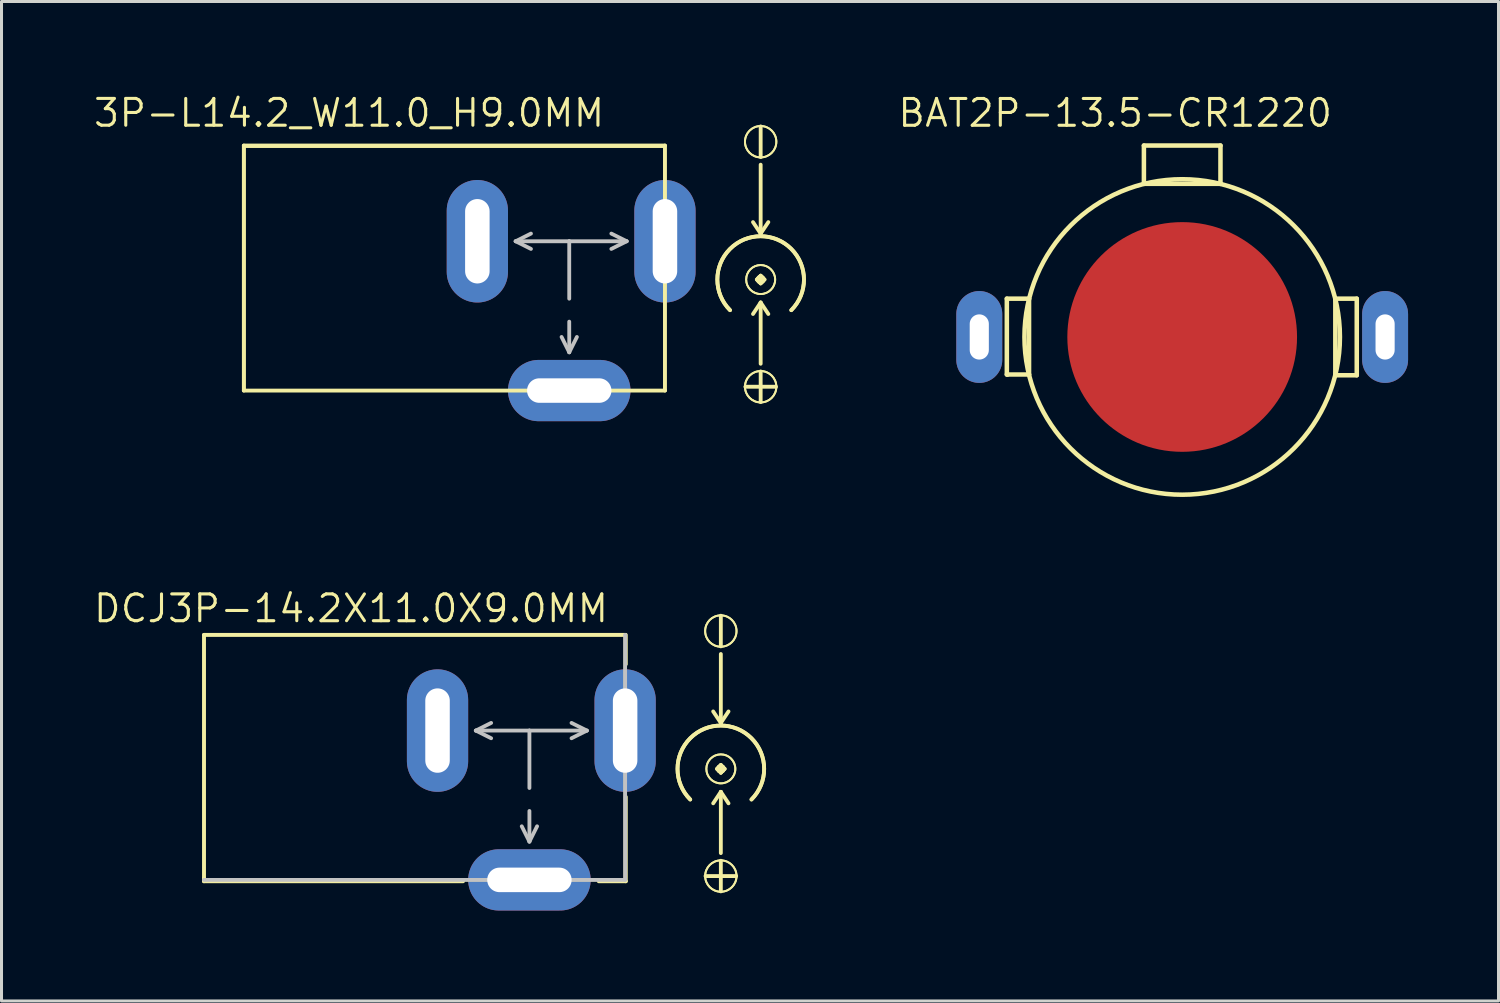
<source format=kicad_pcb>
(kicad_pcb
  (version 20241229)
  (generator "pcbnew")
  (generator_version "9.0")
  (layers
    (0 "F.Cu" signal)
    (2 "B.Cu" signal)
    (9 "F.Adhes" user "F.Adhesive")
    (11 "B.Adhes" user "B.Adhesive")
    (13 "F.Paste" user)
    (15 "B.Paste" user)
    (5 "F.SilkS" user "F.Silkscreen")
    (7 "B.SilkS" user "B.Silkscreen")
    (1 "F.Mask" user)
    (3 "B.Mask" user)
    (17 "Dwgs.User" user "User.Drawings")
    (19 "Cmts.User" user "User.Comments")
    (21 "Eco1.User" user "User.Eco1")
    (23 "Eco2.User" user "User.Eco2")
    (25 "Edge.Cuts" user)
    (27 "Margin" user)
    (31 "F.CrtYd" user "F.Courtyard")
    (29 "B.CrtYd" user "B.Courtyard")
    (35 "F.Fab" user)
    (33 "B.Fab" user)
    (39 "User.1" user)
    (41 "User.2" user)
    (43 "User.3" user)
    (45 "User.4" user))
  (footprint "3P-L14.2_W11.0_H9.0MM"
    (layer "F.Cu")
    (at 15.833 4.953)
    (property "Reference" "3P-L14.2_W11.0_H9.0MM" (at -7.303 -4.255 0) (layer "F.SilkS") (effects (font (size 0.889 0.889) (thickness 0.102))))
    (attr exclude_from_pos_files exclude_from_bom)
    (fp_line (start -10.795 -3.175) (end 3.175 -3.175) (stroke (width 0.1) (type solid)) (layer "F.SilkS"))
    (fp_line (start -10.795 -3.175) (end 3.175 -3.175) (stroke (width 0.127) (type solid)) (layer "F.SilkS"))
    (fp_line (start -10.795 4.953) (end -10.795 -3.175) (stroke (width 0.1) (type solid)) (layer "F.SilkS"))
    (fp_line (start -10.795 4.953) (end -10.795 -3.175) (stroke (width 0.127) (type solid)) (layer "F.SilkS"))
    (fp_line (start -10.77 -3.129) (end 3.17 -3.129) (stroke (width 0.066) (type solid)) (layer "F.SilkS"))
    (fp_line (start -10.77 4.938) (end -10.77 -3.129) (stroke (width 0.066) (type solid)) (layer "F.SilkS"))
    (fp_line (start -10.77 4.938) (end 3.17 4.938) (stroke (width 0.066) (type solid)) (layer "F.SilkS"))
    (fp_line (start 3.17 4.938) (end 3.17 -3.129) (stroke (width 0.066) (type solid)) (layer "F.SilkS"))
    (fp_line (start 3.175 -3.175) (end 3.175 4.953) (stroke (width 0.1) (type solid)) (layer "F.SilkS"))
    (fp_line (start 3.175 -3.175) (end 3.175 4.953) (stroke (width 0.127) (type solid)) (layer "F.SilkS"))
    (fp_line (start 3.175 4.953) (end -10.795 4.953) (stroke (width 0.1) (type solid)) (layer "F.SilkS"))
    (fp_line (start 3.175 4.953) (end -10.795 4.953) (stroke (width 0.127) (type solid)) (layer "F.SilkS"))
    (fp_line (start 5.842 4.826) (end 6.858 4.826) (stroke (width 0.127) (type solid)) (layer "F.SilkS"))
    (fp_line (start 6.223 1.27) (end 6.35 1.397) (stroke (width 0.127) (type solid)) (layer "F.SilkS"))
    (fp_line (start 6.35 -2.794) (end 6.35 -3.81) (stroke (width 0.127) (type solid)) (layer "F.SilkS"))
    (fp_line (start 6.35 -0.254) (end 6.096 -0.635) (stroke (width 0.127) (type solid)) (layer "F.SilkS"))
    (fp_line (start 6.35 -0.254) (end 6.35 -2.54) (stroke (width 0.127) (type solid)) (layer "F.SilkS"))
    (fp_line (start 6.35 -0.254) (end 6.604 -0.635) (stroke (width 0.127) (type solid)) (layer "F.SilkS"))
    (fp_line (start 6.35 1.143) (end 6.223 1.27) (stroke (width 0.127) (type solid)) (layer "F.SilkS"))
    (fp_line (start 6.35 1.397) (end 6.35 1.143) (stroke (width 0.127) (type solid)) (layer "F.SilkS"))
    (fp_line (start 6.35 1.397) (end 6.477 1.27) (stroke (width 0.127) (type solid)) (layer "F.SilkS"))
    (fp_line (start 6.35 2.032) (end 6.096 2.413) (stroke (width 0.127) (type solid)) (layer "F.SilkS"))
    (fp_line (start 6.35 2.032) (end 6.35 4.064) (stroke (width 0.127) (type solid)) (layer "F.SilkS"))
    (fp_line (start 6.35 2.032) (end 6.604 2.413) (stroke (width 0.127) (type solid)) (layer "F.SilkS"))
    (fp_line (start 6.35 5.334) (end 6.35 4.318) (stroke (width 0.127) (type solid)) (layer "F.SilkS"))
    (fp_line (start 6.477 1.27) (end 6.35 1.143) (stroke (width 0.127) (type solid)) (layer "F.SilkS"))
    (fp_arc (start 5.334 2.286) (mid 6.35 -0.166841) (end 7.366 2.286) (stroke (width 0.127) (type solid)) (layer "F.SilkS"))
    (fp_arc (start 5.334 2.286) (mid 6.35 -0.166841) (end 7.366 2.286) (stroke (width 0.127) (type solid)) (layer "F.SilkS"))
    (fp_circle (center 6.35 -3.302) (end 6.718 -3.67) (stroke (width 0.064) (type solid)) (fill no) (layer "F.SilkS"))
    (fp_circle (center 6.35 -3.302) (end 6.718 -3.67) (stroke (width 0.064) (type solid)) (fill no) (layer "F.SilkS"))
    (fp_circle (center 6.35 1.27) (end 6.439 1.359) (stroke (width 0.064) (type solid)) (fill no) (layer "F.SilkS"))
    (fp_circle (center 6.35 1.27) (end 6.439 1.359) (stroke (width 0.064) (type solid)) (fill no) (layer "F.SilkS"))
    (fp_circle (center 6.35 1.27) (end 6.69 1.61) (stroke (width 0.064) (type solid)) (fill no) (layer "F.SilkS"))
    (fp_circle (center 6.35 1.27) (end 6.69 1.61) (stroke (width 0.064) (type solid)) (fill no) (layer "F.SilkS"))
    (fp_circle (center 6.35 4.826) (end 6.718 5.194) (stroke (width 0.064) (type solid)) (fill no) (layer "F.SilkS"))
    (fp_circle (center 6.35 4.826) (end 6.718 5.194) (stroke (width 0.064) (type solid)) (fill no) (layer "F.SilkS"))
    (fp_line (start -1.778 0) (end -1.27 -0.254) (stroke (width 0.127) (type solid)) (layer "Dwgs.User"))
    (fp_line (start -1.778 0) (end -1.27 0.254) (stroke (width 0.127) (type solid)) (layer "Dwgs.User"))
    (fp_line (start 0 0) (end -1.778 0) (stroke (width 0.127) (type solid)) (layer "Dwgs.User"))
    (fp_line (start 0 0) (end 1.905 0) (stroke (width 0.127) (type solid)) (layer "Dwgs.User"))
    (fp_line (start 0 1.905) (end 0 0) (stroke (width 0.127) (type solid)) (layer "Dwgs.User"))
    (fp_line (start 0 2.667) (end 0 3.683) (stroke (width 0.127) (type solid)) (layer "Dwgs.User"))
    (fp_line (start 0 3.683) (end -0.254 3.175) (stroke (width 0.127) (type solid)) (layer "Dwgs.User"))
    (fp_line (start 0 3.683) (end 0.254 3.175) (stroke (width 0.127) (type solid)) (layer "Dwgs.User"))
    (fp_line (start 1.905 0) (end 1.397 -0.254) (stroke (width 0.127) (type solid)) (layer "Dwgs.User"))
    (fp_line (start 1.905 0) (end 1.397 0.254) (stroke (width 0.127) (type solid)) (layer "Dwgs.User"))
    (pad "+" thru_hole oval (at 3.175 0 180) (size 2.032 4.064) (drill oval 0.813 2.8) (layers "*.Cu" "*.Paste" "*.Mask"))
    (pad "-1" thru_hole oval (at -3.048 0 180) (size 2.032 4.064) (drill oval 0.813 2.8) (layers "*.Cu" "*.Paste" "*.Mask"))
    (pad "-2" thru_hole oval (at 0 4.953 270) (size 2.032 4.064) (drill oval 0.813 2.8) (layers "*.Cu" "*.Paste" "*.Mask")))
  (footprint "BAT2P-13.5-CR1220"
    (layer "F.Cu")
    (at 36.166 8.128)
    (property "Reference" "BAT2P-13.5-CR1220" (at -2.223 -7.429 0) (layer "F.SilkS") (effects (font (size 0.889 0.889) (thickness 0.102))))
    (attr smd)
    (fp_line (start -5.817 -1.27) (end -5.08 -1.27) (stroke (width 0.15) (type solid)) (layer "F.SilkS"))
    (fp_line (start -5.817 1.245) (end -5.817 -1.27) (stroke (width 0.15) (type solid)) (layer "F.SilkS"))
    (fp_line (start -5.791 1.245) (end -5.817 1.245) (stroke (width 0.15) (type solid)) (layer "F.SilkS"))
    (fp_line (start -5.08 -1.27) (end -5.08 1.245) (stroke (width 0.15) (type solid)) (layer "F.SilkS"))
    (fp_line (start -5.08 1.245) (end -5.791 1.245) (stroke (width 0.15) (type solid)) (layer "F.SilkS"))
    (fp_line (start -1.27 -6.35) (end 1.27 -6.35) (stroke (width 0.15) (type solid)) (layer "F.SilkS"))
    (fp_line (start -1.27 -5.08) (end -1.27 -6.35) (stroke (width 0.15) (type solid)) (layer "F.SilkS"))
    (fp_line (start 1.27 -6.35) (end 1.27 -5.08) (stroke (width 0.15) (type solid)) (layer "F.SilkS"))
    (fp_line (start 1.27 -5.08) (end -1.27 -5.08) (stroke (width 0.15) (type solid)) (layer "F.SilkS"))
    (fp_line (start 5.08 -1.27) (end 5.791 -1.27) (stroke (width 0.15) (type solid)) (layer "F.SilkS"))
    (fp_line (start 5.08 1.27) (end 5.08 -1.27) (stroke (width 0.15) (type solid)) (layer "F.SilkS"))
    (fp_line (start 5.791 -1.27) (end 5.791 1.27) (stroke (width 0.15) (type solid)) (layer "F.SilkS"))
    (fp_line (start 5.791 1.27) (end 5.08 1.27) (stroke (width 0.15) (type solid)) (layer "F.SilkS"))
    (fp_circle (center 0 0) (end 3.7 -3.7) (stroke (width 0.15) (type solid)) (fill no) (layer "F.SilkS"))
    (pad "+1" thru_hole oval (at 6.731 0 180) (size 1.524 3.048) (drill oval 0.635 1.5) (layers "*.Cu" "*.Paste" "*.Mask"))
    (pad "+2" thru_hole oval (at -6.731 0 180) (size 1.524 3.048) (drill oval 0.635 1.5) (layers "*.Cu" "*.Paste" "*.Mask"))
    (pad "-" smd circle (at 0 0) (size 7.62 7.62) (layers "F.Cu" "F.Mask" "F.Paste")))
  (footprint "DCJ3P-14.2X11.0X9.0MM"
    (layer "F.Cu")
    (at 14.512 21.185)
    (property "Reference" "DCJ3P-14.2X11.0X9.0MM" (at -5.918 -4.051 0) (layer "F.SilkS") (effects (font (size 0.889 0.889) (thickness 0.102))))
    (attr exclude_from_pos_files exclude_from_bom)
    (fp_line (start -10.798 4.999) (end -10.798 4.9) (stroke (width 0.127) (type solid)) (layer "F.SilkS"))
    (fp_line (start -10.795 -3.175) (end 3.175 -3.175) (stroke (width 0.1) (type solid)) (layer "F.SilkS"))
    (fp_line (start -10.795 -3.175) (end 3.175 -3.175) (stroke (width 0.127) (type solid)) (layer "F.SilkS"))
    (fp_line (start -10.795 4.953) (end -10.795 -3.175) (stroke (width 0.1) (type solid)) (layer "F.SilkS"))
    (fp_line (start -10.795 4.953) (end -10.795 -3.175) (stroke (width 0.127) (type solid)) (layer "F.SilkS"))
    (fp_line (start -2.2 4.999) (end -10.798 4.999) (stroke (width 0.127) (type solid)) (layer "F.SilkS"))
    (fp_line (start 2.299 4.999) (end 3.198 4.999) (stroke (width 0.127) (type solid)) (layer "F.SilkS"))
    (fp_line (start 3.175 -3.175) (end 3.175 4.953) (stroke (width 0.1) (type solid)) (layer "F.SilkS"))
    (fp_line (start 3.175 4.953) (end -10.795 4.953) (stroke (width 0.1) (type solid)) (layer "F.SilkS"))
    (fp_line (start 3.198 -2.2) (end 3.198 -3.175) (stroke (width 0.127) (type solid)) (layer "F.SilkS"))
    (fp_line (start 3.198 4.999) (end 3.198 2.2) (stroke (width 0.127) (type solid)) (layer "F.SilkS"))
    (fp_line (start 5.842 4.826) (end 6.858 4.826) (stroke (width 0.127) (type solid)) (layer "F.SilkS"))
    (fp_line (start 6.223 1.27) (end 6.35 1.397) (stroke (width 0.127) (type solid)) (layer "F.SilkS"))
    (fp_line (start 6.35 -2.794) (end 6.35 -3.81) (stroke (width 0.127) (type solid)) (layer "F.SilkS"))
    (fp_line (start 6.35 -0.254) (end 6.096 -0.635) (stroke (width 0.127) (type solid)) (layer "F.SilkS"))
    (fp_line (start 6.35 -0.254) (end 6.35 -2.54) (stroke (width 0.127) (type solid)) (layer "F.SilkS"))
    (fp_line (start 6.35 -0.254) (end 6.604 -0.635) (stroke (width 0.127) (type solid)) (layer "F.SilkS"))
    (fp_line (start 6.35 1.143) (end 6.223 1.27) (stroke (width 0.127) (type solid)) (layer "F.SilkS"))
    (fp_line (start 6.35 1.397) (end 6.35 1.143) (stroke (width 0.127) (type solid)) (layer "F.SilkS"))
    (fp_line (start 6.35 1.397) (end 6.477 1.27) (stroke (width 0.127) (type solid)) (layer "F.SilkS"))
    (fp_line (start 6.35 2.032) (end 6.096 2.413) (stroke (width 0.127) (type solid)) (layer "F.SilkS"))
    (fp_line (start 6.35 2.032) (end 6.35 4.064) (stroke (width 0.127) (type solid)) (layer "F.SilkS"))
    (fp_line (start 6.35 2.032) (end 6.604 2.413) (stroke (width 0.127) (type solid)) (layer "F.SilkS"))
    (fp_line (start 6.35 5.334) (end 6.35 4.318) (stroke (width 0.127) (type solid)) (layer "F.SilkS"))
    (fp_line (start 6.477 1.27) (end 6.35 1.143) (stroke (width 0.127) (type solid)) (layer "F.SilkS"))
    (fp_arc (start 5.334 2.286) (mid 6.35 -0.166841) (end 7.366 2.286) (stroke (width 0.127) (type solid)) (layer "F.SilkS"))
    (fp_arc (start 5.334 2.286) (mid 6.35 -0.166841) (end 7.366 2.286) (stroke (width 0.127) (type solid)) (layer "F.SilkS"))
    (fp_circle (center 6.35 -3.302) (end 6.718 -3.67) (stroke (width 0.064) (type solid)) (fill no) (layer "F.SilkS"))
    (fp_circle (center 6.35 -3.302) (end 6.718 -3.67) (stroke (width 0.064) (type solid)) (fill no) (layer "F.SilkS"))
    (fp_circle (center 6.35 1.27) (end 6.439 1.359) (stroke (width 0.064) (type solid)) (fill no) (layer "F.SilkS"))
    (fp_circle (center 6.35 1.27) (end 6.439 1.359) (stroke (width 0.064) (type solid)) (fill no) (layer "F.SilkS"))
    (fp_circle (center 6.35 1.27) (end 6.69 1.61) (stroke (width 0.064) (type solid)) (fill no) (layer "F.SilkS"))
    (fp_circle (center 6.35 1.27) (end 6.69 1.61) (stroke (width 0.064) (type solid)) (fill no) (layer "F.SilkS"))
    (fp_circle (center 6.35 4.826) (end 6.718 5.194) (stroke (width 0.064) (type solid)) (fill no) (layer "F.SilkS"))
    (fp_circle (center 6.35 4.826) (end 6.718 5.194) (stroke (width 0.064) (type solid)) (fill no) (layer "F.SilkS"))
    (fp_line (start -1.778 0) (end -1.27 -0.254) (stroke (width 0.127) (type solid)) (layer "Dwgs.User"))
    (fp_line (start -1.778 0) (end -1.27 0.254) (stroke (width 0.127) (type solid)) (layer "Dwgs.User"))
    (fp_line (start 0 0) (end -1.778 0) (stroke (width 0.127) (type solid)) (layer "Dwgs.User"))
    (fp_line (start 0 0) (end 1.905 0) (stroke (width 0.127) (type solid)) (layer "Dwgs.User"))
    (fp_line (start 0 1.905) (end 0 0) (stroke (width 0.127) (type solid)) (layer "Dwgs.User"))
    (fp_line (start 0 2.667) (end 0 3.683) (stroke (width 0.127) (type solid)) (layer "Dwgs.User"))
    (fp_line (start 0 3.683) (end -0.254 3.175) (stroke (width 0.127) (type solid)) (layer "Dwgs.User"))
    (fp_line (start 0 3.683) (end 0.254 3.175) (stroke (width 0.127) (type solid)) (layer "Dwgs.User"))
    (fp_line (start 1.905 0) (end 1.397 -0.254) (stroke (width 0.127) (type solid)) (layer "Dwgs.User"))
    (fp_line (start 1.905 0) (end 1.397 0.254) (stroke (width 0.127) (type solid)) (layer "Dwgs.User"))
    (fp_line (start 3.175 -3.175) (end 3.175 4.953) (stroke (width 0.127) (type solid)) (layer "Dwgs.User"))
    (fp_line (start 3.175 4.953) (end -10.795 4.953) (stroke (width 0.127) (type solid)) (layer "Dwgs.User"))
    (pad "+" thru_hole oval (at 3.175 0 180) (size 2.032 4.064) (drill oval 0.813 2.8) (layers "*.Cu" "*.Paste" "*.Mask"))
    (pad "-1" thru_hole oval (at -3.048 0 180) (size 2.032 4.064) (drill oval 0.813 2.8) (layers "*.Cu" "*.Paste" "*.Mask"))
    (pad "-2" thru_hole oval (at 0 4.953 270) (size 2.032 4.064) (drill oval 0.813 2.8) (layers "*.Cu" "*.Paste" "*.Mask")))
  (gr_rect
    (start -3 -3)
    (end 46.659 30.154)
    (stroke (width 0.1) (type default))
    (fill no)
    (layer "Edge.Cuts")))
</source>
